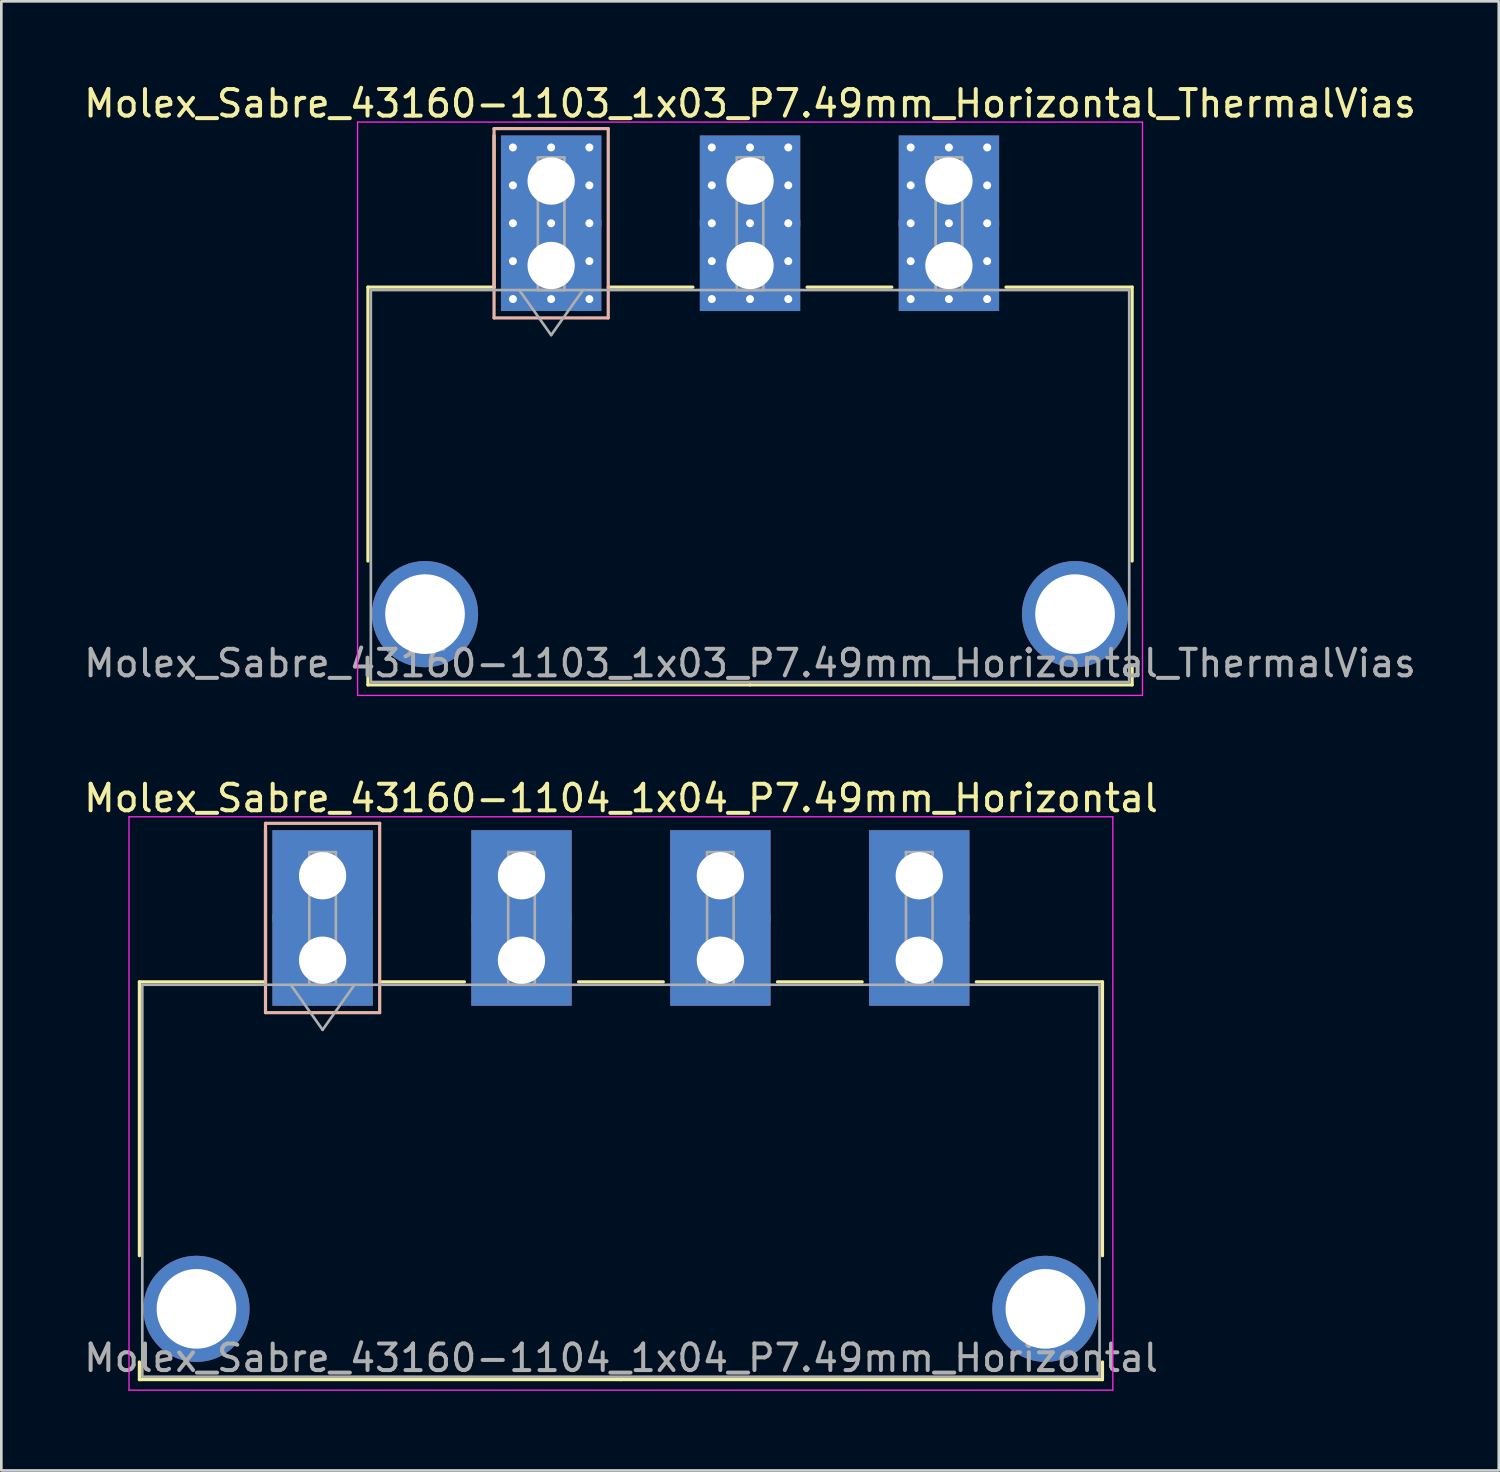
<source format=kicad_pcb>
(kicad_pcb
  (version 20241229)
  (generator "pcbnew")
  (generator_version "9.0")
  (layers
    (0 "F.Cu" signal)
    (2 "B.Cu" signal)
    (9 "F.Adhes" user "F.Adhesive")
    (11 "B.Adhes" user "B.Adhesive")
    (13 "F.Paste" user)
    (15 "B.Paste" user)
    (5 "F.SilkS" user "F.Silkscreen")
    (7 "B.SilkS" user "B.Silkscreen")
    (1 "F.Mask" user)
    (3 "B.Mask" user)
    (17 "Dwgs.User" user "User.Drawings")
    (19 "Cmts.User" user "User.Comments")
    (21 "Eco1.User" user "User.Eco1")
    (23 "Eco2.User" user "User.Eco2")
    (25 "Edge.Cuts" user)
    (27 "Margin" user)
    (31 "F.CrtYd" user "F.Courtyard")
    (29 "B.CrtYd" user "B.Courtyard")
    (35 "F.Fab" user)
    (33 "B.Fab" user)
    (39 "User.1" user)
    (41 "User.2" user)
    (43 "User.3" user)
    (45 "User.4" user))
  (footprint "Molex_Sabre_43160-1104_1x04_P7.49mm_Horizontal"
    (layer "F.Cu")
    (at 9.099 33.111)
    (property "Reference" "Molex_Sabre_43160-1104_1x04_P7.49mm_Horizontal" (at 11.24 -6.1 0) (layer "F.SilkS") (effects (font (size 1 1) (thickness 0.15))))
    (attr through_hole)
    (fp_line (start -6.9 0.815) (end -6.9 11.13) (stroke (width 0.12) (type solid)) (layer "F.SilkS"))
    (fp_line (start -6.9 15.13) (end -6.9 15.795) (stroke (width 0.12) (type solid)) (layer "F.SilkS"))
    (fp_line (start -6.9 15.795) (end 11.235 15.795) (stroke (width 0.12) (type solid)) (layer "F.SilkS"))
    (fp_line (start -2.15 0.815) (end -6.9 0.815) (stroke (width 0.12) (type solid)) (layer "F.SilkS"))
    (fp_line (start -2.15 0.815) (end -2.15 -4.895) (stroke (width 0.12) (type solid)) (layer "F.SilkS"))
    (fp_line (start 2.15 0.815) (end 5.34 0.815) (stroke (width 0.12) (type solid)) (layer "F.SilkS"))
    (fp_line (start 9.64 0.815) (end 12.83 0.815) (stroke (width 0.12) (type solid)) (layer "F.SilkS"))
    (fp_line (start 17.13 0.815) (end 20.32 0.815) (stroke (width 0.12) (type solid)) (layer "F.SilkS"))
    (fp_line (start 24.62 0.815) (end 29.37 0.815) (stroke (width 0.12) (type solid)) (layer "F.SilkS"))
    (fp_line (start 29.37 0.815) (end 29.37 11.13) (stroke (width 0.12) (type solid)) (layer "F.SilkS"))
    (fp_line (start 29.37 15.13) (end 29.37 15.795) (stroke (width 0.12) (type solid)) (layer "F.SilkS"))
    (fp_line (start 29.37 15.795) (end 11.235 15.795) (stroke (width 0.12) (type solid)) (layer "F.SilkS"))
    (fp_line (start -2.15 -5.155) (end -2.15 1.975) (stroke (width 0.12) (type solid)) (layer "B.SilkS"))
    (fp_line (start -2.15 1.975) (end 2.15 1.975) (stroke (width 0.12) (type solid)) (layer "B.SilkS"))
    (fp_line (start 2.15 -5.155) (end -2.15 -5.155) (stroke (width 0.12) (type solid)) (layer "B.SilkS"))
    (fp_line (start 2.15 1.975) (end 2.15 -5.155) (stroke (width 0.12) (type solid)) (layer "B.SilkS"))
    (fp_line (start -7.29 -5.4) (end -7.29 16.19) (stroke (width 0.05) (type solid)) (layer "F.CrtYd"))
    (fp_line (start -7.29 16.19) (end 29.76 16.19) (stroke (width 0.05) (type solid)) (layer "F.CrtYd"))
    (fp_line (start 29.76 -5.4) (end -7.29 -5.4) (stroke (width 0.05) (type solid)) (layer "F.CrtYd"))
    (fp_line (start 29.76 16.19) (end 29.76 -5.4) (stroke (width 0.05) (type solid)) (layer "F.CrtYd"))
    (fp_line (start -6.79 0.925) (end -6.79 15.685) (stroke (width 0.1) (type solid)) (layer "F.Fab"))
    (fp_line (start -6.79 15.685) (end 29.26 15.685) (stroke (width 0.1) (type solid)) (layer "F.Fab"))
    (fp_line (start -1.2 0.925) (end 0 2.622) (stroke (width 0.1) (type solid)) (layer "F.Fab"))
    (fp_line (start -0.5 -4.07) (end 0.5 -4.07) (stroke (width 0.1) (type solid)) (layer "F.Fab"))
    (fp_line (start -0.5 0.925) (end -0.5 -4.07) (stroke (width 0.1) (type solid)) (layer "F.Fab"))
    (fp_line (start 0 2.622) (end 1.2 0.925) (stroke (width 0.1) (type solid)) (layer "F.Fab"))
    (fp_line (start 0.5 -4.07) (end 0.5 0.925) (stroke (width 0.1) (type solid)) (layer "F.Fab"))
    (fp_line (start 0.5 0.925) (end -0.5 0.925) (stroke (width 0.1) (type solid)) (layer "F.Fab"))
    (fp_line (start 6.99 -4.07) (end 7.99 -4.07) (stroke (width 0.1) (type solid)) (layer "F.Fab"))
    (fp_line (start 6.99 0.925) (end 6.99 -4.07) (stroke (width 0.1) (type solid)) (layer "F.Fab"))
    (fp_line (start 7.99 -4.07) (end 7.99 0.925) (stroke (width 0.1) (type solid)) (layer "F.Fab"))
    (fp_line (start 7.99 0.925) (end 6.99 0.925) (stroke (width 0.1) (type solid)) (layer "F.Fab"))
    (fp_line (start 14.48 -4.07) (end 15.48 -4.07) (stroke (width 0.1) (type solid)) (layer "F.Fab"))
    (fp_line (start 14.48 0.925) (end 14.48 -4.07) (stroke (width 0.1) (type solid)) (layer "F.Fab"))
    (fp_line (start 15.48 -4.07) (end 15.48 0.925) (stroke (width 0.1) (type solid)) (layer "F.Fab"))
    (fp_line (start 15.48 0.925) (end 14.48 0.925) (stroke (width 0.1) (type solid)) (layer "F.Fab"))
    (fp_line (start 21.97 -4.07) (end 22.97 -4.07) (stroke (width 0.1) (type solid)) (layer "F.Fab"))
    (fp_line (start 21.97 0.925) (end 21.97 -4.07) (stroke (width 0.1) (type solid)) (layer "F.Fab"))
    (fp_line (start 22.97 -4.07) (end 22.97 0.925) (stroke (width 0.1) (type solid)) (layer "F.Fab"))
    (fp_line (start 22.97 0.925) (end 21.97 0.925) (stroke (width 0.1) (type solid)) (layer "F.Fab"))
    (fp_line (start 29.26 0.925) (end -6.79 0.925) (stroke (width 0.1) (type solid)) (layer "F.Fab"))
    (fp_line (start 29.26 15.685) (end 29.26 0.925) (stroke (width 0.1) (type solid)) (layer "F.Fab"))
    (fp_text user "${REFERENCE}" (at 11.24 14.98 0) (layer "F.Fab") (effects (font (size 1 1) (thickness 0.15))))
    (pad "" thru_hole circle (at -4.75 13.13) (size 4 4) (drill 3) (layers "*.Cu" "*.Mask"))
    (pad "" thru_hole circle (at 27.22 13.13) (size 4 4) (drill 3) (layers "*.Cu" "*.Mask"))
    (pad "1" thru_hole rect (at 0 -3.18) (size 3.78 3.43) (drill 1.78) (layers "*.Cu" "*.Mask"))
    (pad "1" thru_hole rect (at 0 0) (size 3.78 3.43) (drill 1.78) (layers "*.Cu" "*.Mask"))
    (pad "2" thru_hole rect (at 7.49 -3.18) (size 3.78 3.43) (drill 1.78) (layers "*.Cu" "*.Mask"))
    (pad "2" thru_hole rect (at 7.49 0) (size 3.78 3.43) (drill 1.78) (layers "*.Cu" "*.Mask"))
    (pad "3" thru_hole rect (at 14.98 -3.18) (size 3.78 3.43) (drill 1.78) (layers "*.Cu" "*.Mask"))
    (pad "3" thru_hole rect (at 14.98 0) (size 3.78 3.43) (drill 1.78) (layers "*.Cu" "*.Mask"))
    (pad "4" thru_hole rect (at 22.47 -3.18) (size 3.78 3.43) (drill 1.78) (layers "*.Cu" "*.Mask"))
    (pad "4" thru_hole rect (at 22.47 0) (size 3.78 3.43) (drill 1.78) (layers "*.Cu" "*.Mask")))
  (footprint "Molex_Sabre_43160-1103_1x03_P7.49mm_Horizontal_ThermalVias"
    (layer "F.Cu")
    (at 17.706 6.948)
    (property "Reference" "Molex_Sabre_43160-1103_1x03_P7.49mm_Horizontal_ThermalVias" (at 7.49 -6.1 0) (layer "F.SilkS") (effects (font (size 1 1) (thickness 0.15))))
    (attr through_hole)
    (fp_line (start -6.9 0.815) (end -6.9 11.13) (stroke (width 0.12) (type solid)) (layer "F.SilkS"))
    (fp_line (start -6.9 15.13) (end -6.9 15.795) (stroke (width 0.12) (type solid)) (layer "F.SilkS"))
    (fp_line (start -6.9 15.795) (end 7.49 15.795) (stroke (width 0.12) (type solid)) (layer "F.SilkS"))
    (fp_line (start -2.15 0.815) (end -6.9 0.815) (stroke (width 0.12) (type solid)) (layer "F.SilkS"))
    (fp_line (start -2.15 0.815) (end -2.15 -4.895) (stroke (width 0.12) (type solid)) (layer "F.SilkS"))
    (fp_line (start 2.15 0.815) (end 5.34 0.815) (stroke (width 0.12) (type solid)) (layer "F.SilkS"))
    (fp_line (start 9.64 0.815) (end 12.83 0.815) (stroke (width 0.12) (type solid)) (layer "F.SilkS"))
    (fp_line (start 17.13 0.815) (end 21.88 0.815) (stroke (width 0.12) (type solid)) (layer "F.SilkS"))
    (fp_line (start 21.88 0.815) (end 21.88 11.13) (stroke (width 0.12) (type solid)) (layer "F.SilkS"))
    (fp_line (start 21.88 15.13) (end 21.88 15.795) (stroke (width 0.12) (type solid)) (layer "F.SilkS"))
    (fp_line (start 21.88 15.795) (end 7.49 15.795) (stroke (width 0.12) (type solid)) (layer "F.SilkS"))
    (fp_line (start -2.15 -5.155) (end -2.15 1.975) (stroke (width 0.12) (type solid)) (layer "B.SilkS"))
    (fp_line (start -2.15 1.975) (end 2.15 1.975) (stroke (width 0.12) (type solid)) (layer "B.SilkS"))
    (fp_line (start 2.15 -5.155) (end -2.15 -5.155) (stroke (width 0.12) (type solid)) (layer "B.SilkS"))
    (fp_line (start 2.15 1.975) (end 2.15 -5.155) (stroke (width 0.12) (type solid)) (layer "B.SilkS"))
    (fp_line (start -7.29 -5.4) (end -7.29 16.19) (stroke (width 0.05) (type solid)) (layer "F.CrtYd"))
    (fp_line (start -7.29 16.19) (end 22.27 16.19) (stroke (width 0.05) (type solid)) (layer "F.CrtYd"))
    (fp_line (start 22.27 -5.4) (end -7.29 -5.4) (stroke (width 0.05) (type solid)) (layer "F.CrtYd"))
    (fp_line (start 22.27 16.19) (end 22.27 -5.4) (stroke (width 0.05) (type solid)) (layer "F.CrtYd"))
    (fp_line (start -6.79 0.925) (end -6.79 15.685) (stroke (width 0.1) (type solid)) (layer "F.Fab"))
    (fp_line (start -6.79 15.685) (end 21.77 15.685) (stroke (width 0.1) (type solid)) (layer "F.Fab"))
    (fp_line (start -1.2 0.925) (end 0 2.622) (stroke (width 0.1) (type solid)) (layer "F.Fab"))
    (fp_line (start -0.5 -4.07) (end 0.5 -4.07) (stroke (width 0.1) (type solid)) (layer "F.Fab"))
    (fp_line (start -0.5 0.925) (end -0.5 -4.07) (stroke (width 0.1) (type solid)) (layer "F.Fab"))
    (fp_line (start 0 2.622) (end 1.2 0.925) (stroke (width 0.1) (type solid)) (layer "F.Fab"))
    (fp_line (start 0.5 -4.07) (end 0.5 0.925) (stroke (width 0.1) (type solid)) (layer "F.Fab"))
    (fp_line (start 0.5 0.925) (end -0.5 0.925) (stroke (width 0.1) (type solid)) (layer "F.Fab"))
    (fp_line (start 6.99 -4.07) (end 7.99 -4.07) (stroke (width 0.1) (type solid)) (layer "F.Fab"))
    (fp_line (start 6.99 0.925) (end 6.99 -4.07) (stroke (width 0.1) (type solid)) (layer "F.Fab"))
    (fp_line (start 7.99 -4.07) (end 7.99 0.925) (stroke (width 0.1) (type solid)) (layer "F.Fab"))
    (fp_line (start 7.99 0.925) (end 6.99 0.925) (stroke (width 0.1) (type solid)) (layer "F.Fab"))
    (fp_line (start 14.48 -4.07) (end 15.48 -4.07) (stroke (width 0.1) (type solid)) (layer "F.Fab"))
    (fp_line (start 14.48 0.925) (end 14.48 -4.07) (stroke (width 0.1) (type solid)) (layer "F.Fab"))
    (fp_line (start 15.48 -4.07) (end 15.48 0.925) (stroke (width 0.1) (type solid)) (layer "F.Fab"))
    (fp_line (start 15.48 0.925) (end 14.48 0.925) (stroke (width 0.1) (type solid)) (layer "F.Fab"))
    (fp_line (start 21.77 0.925) (end -6.79 0.925) (stroke (width 0.1) (type solid)) (layer "F.Fab"))
    (fp_line (start 21.77 15.685) (end 21.77 0.925) (stroke (width 0.1) (type solid)) (layer "F.Fab"))
    (fp_text user "${REFERENCE}" (at 7.49 14.98 0) (layer "F.Fab") (effects (font (size 1 1) (thickness 0.15))))
    (pad "" thru_hole circle (at -4.75 13.13) (size 4 4) (drill 3) (layers "*.Cu" "*.Mask"))
    (pad "" thru_hole circle (at 19.73 13.13) (size 4 4) (drill 3) (layers "*.Cu" "*.Mask"))
    (pad "1" thru_hole rect (at -1.44 -4.445) (size 0.6 0.6) (drill 0.3) (layers "*.Cu" "*.Mask"))
    (pad "1" thru_hole rect (at -1.44 -3.018) (size 0.6 0.6) (drill 0.3) (layers "*.Cu" "*.Mask"))
    (pad "1" thru_hole rect (at -1.44 -1.59) (size 0.6 0.6) (drill 0.3) (layers "*.Cu" "*.Mask"))
    (pad "1" thru_hole rect (at -1.44 -0.163) (size 0.6 0.6) (drill 0.3) (layers "*.Cu" "*.Mask"))
    (pad "1" thru_hole rect (at -1.44 1.265) (size 0.6 0.6) (drill 0.3) (layers "*.Cu" "*.Mask"))
    (pad "1" thru_hole rect (at 0 -4.445) (size 0.6 0.6) (drill 0.3) (layers "*.Cu" "*.Mask"))
    (pad "1" thru_hole rect (at 0 -3.18) (size 3.78 3.43) (drill 1.78) (layers "*.Cu" "*.Mask"))
    (pad "1" thru_hole rect (at 0 -1.59) (size 0.6 0.6) (drill 0.3) (layers "*.Cu" "*.Mask"))
    (pad "1" thru_hole rect (at 0 0) (size 3.78 3.43) (drill 1.78) (layers "*.Cu" "*.Mask"))
    (pad "1" thru_hole rect (at 0 1.265) (size 0.6 0.6) (drill 0.3) (layers "*.Cu" "*.Mask"))
    (pad "1" thru_hole rect (at 1.44 -4.445) (size 0.6 0.6) (drill 0.3) (layers "*.Cu" "*.Mask"))
    (pad "1" thru_hole rect (at 1.44 -3.018) (size 0.6 0.6) (drill 0.3) (layers "*.Cu" "*.Mask"))
    (pad "1" thru_hole rect (at 1.44 -1.59) (size 0.6 0.6) (drill 0.3) (layers "*.Cu" "*.Mask"))
    (pad "1" thru_hole rect (at 1.44 -0.163) (size 0.6 0.6) (drill 0.3) (layers "*.Cu" "*.Mask"))
    (pad "1" thru_hole rect (at 1.44 1.265) (size 0.6 0.6) (drill 0.3) (layers "*.Cu" "*.Mask"))
    (pad "2" thru_hole circle (at 6.05 -4.445) (size 0.6 0.6) (drill 0.3) (layers "*.Cu" "*.Mask"))
    (pad "2" thru_hole circle (at 6.05 -3.018) (size 0.6 0.6) (drill 0.3) (layers "*.Cu" "*.Mask"))
    (pad "2" thru_hole circle (at 6.05 -1.59) (size 0.6 0.6) (drill 0.3) (layers "*.Cu" "*.Mask"))
    (pad "2" thru_hole circle (at 6.05 -0.163) (size 0.6 0.6) (drill 0.3) (layers "*.Cu" "*.Mask"))
    (pad "2" thru_hole circle (at 6.05 1.265) (size 0.6 0.6) (drill 0.3) (layers "*.Cu" "*.Mask"))
    (pad "2" thru_hole circle (at 7.49 -4.445) (size 0.6 0.6) (drill 0.3) (layers "*.Cu" "*.Mask"))
    (pad "2" thru_hole rect (at 7.49 -3.18) (size 3.78 3.43) (drill 1.78) (layers "*.Cu" "*.Mask"))
    (pad "2" thru_hole circle (at 7.49 -1.59) (size 0.6 0.6) (drill 0.3) (layers "*.Cu" "*.Mask"))
    (pad "2" thru_hole rect (at 7.49 0) (size 3.78 3.43) (drill 1.78) (layers "*.Cu" "*.Mask"))
    (pad "2" thru_hole circle (at 7.49 1.265) (size 0.6 0.6) (drill 0.3) (layers "*.Cu" "*.Mask"))
    (pad "2" thru_hole circle (at 8.93 -4.445) (size 0.6 0.6) (drill 0.3) (layers "*.Cu" "*.Mask"))
    (pad "2" thru_hole circle (at 8.93 -3.018) (size 0.6 0.6) (drill 0.3) (layers "*.Cu" "*.Mask"))
    (pad "2" thru_hole circle (at 8.93 -1.59) (size 0.6 0.6) (drill 0.3) (layers "*.Cu" "*.Mask"))
    (pad "2" thru_hole circle (at 8.93 -0.163) (size 0.6 0.6) (drill 0.3) (layers "*.Cu" "*.Mask"))
    (pad "2" thru_hole circle (at 8.93 1.265) (size 0.6 0.6) (drill 0.3) (layers "*.Cu" "*.Mask"))
    (pad "3" thru_hole circle (at 13.54 -4.445) (size 0.6 0.6) (drill 0.3) (layers "*.Cu" "*.Mask"))
    (pad "3" thru_hole circle (at 13.54 -3.018) (size 0.6 0.6) (drill 0.3) (layers "*.Cu" "*.Mask"))
    (pad "3" thru_hole circle (at 13.54 -1.59) (size 0.6 0.6) (drill 0.3) (layers "*.Cu" "*.Mask"))
    (pad "3" thru_hole circle (at 13.54 -0.163) (size 0.6 0.6) (drill 0.3) (layers "*.Cu" "*.Mask"))
    (pad "3" thru_hole circle (at 13.54 1.265) (size 0.6 0.6) (drill 0.3) (layers "*.Cu" "*.Mask"))
    (pad "3" thru_hole circle (at 14.98 -4.445) (size 0.6 0.6) (drill 0.3) (layers "*.Cu" "*.Mask"))
    (pad "3" thru_hole rect (at 14.98 -3.18) (size 3.78 3.43) (drill 1.78) (layers "*.Cu" "*.Mask"))
    (pad "3" thru_hole circle (at 14.98 -1.59) (size 0.6 0.6) (drill 0.3) (layers "*.Cu" "*.Mask"))
    (pad "3" thru_hole rect (at 14.98 0) (size 3.78 3.43) (drill 1.78) (layers "*.Cu" "*.Mask"))
    (pad "3" thru_hole circle (at 14.98 1.265) (size 0.6 0.6) (drill 0.3) (layers "*.Cu" "*.Mask"))
    (pad "3" thru_hole circle (at 16.42 -4.445) (size 0.6 0.6) (drill 0.3) (layers "*.Cu" "*.Mask"))
    (pad "3" thru_hole circle (at 16.42 -3.018) (size 0.6 0.6) (drill 0.3) (layers "*.Cu" "*.Mask"))
    (pad "3" thru_hole circle (at 16.42 -1.59) (size 0.6 0.6) (drill 0.3) (layers "*.Cu" "*.Mask"))
    (pad "3" thru_hole circle (at 16.42 -0.163) (size 0.6 0.6) (drill 0.3) (layers "*.Cu" "*.Mask"))
    (pad "3" thru_hole circle (at 16.42 1.265) (size 0.6 0.6) (drill 0.3) (layers "*.Cu" "*.Mask")))
  (gr_rect
    (start -3 -3)
    (end 53.393 52.327)
    (stroke (width 0.1) (type default))
    (fill no)
    (layer "Edge.Cuts")))
</source>
